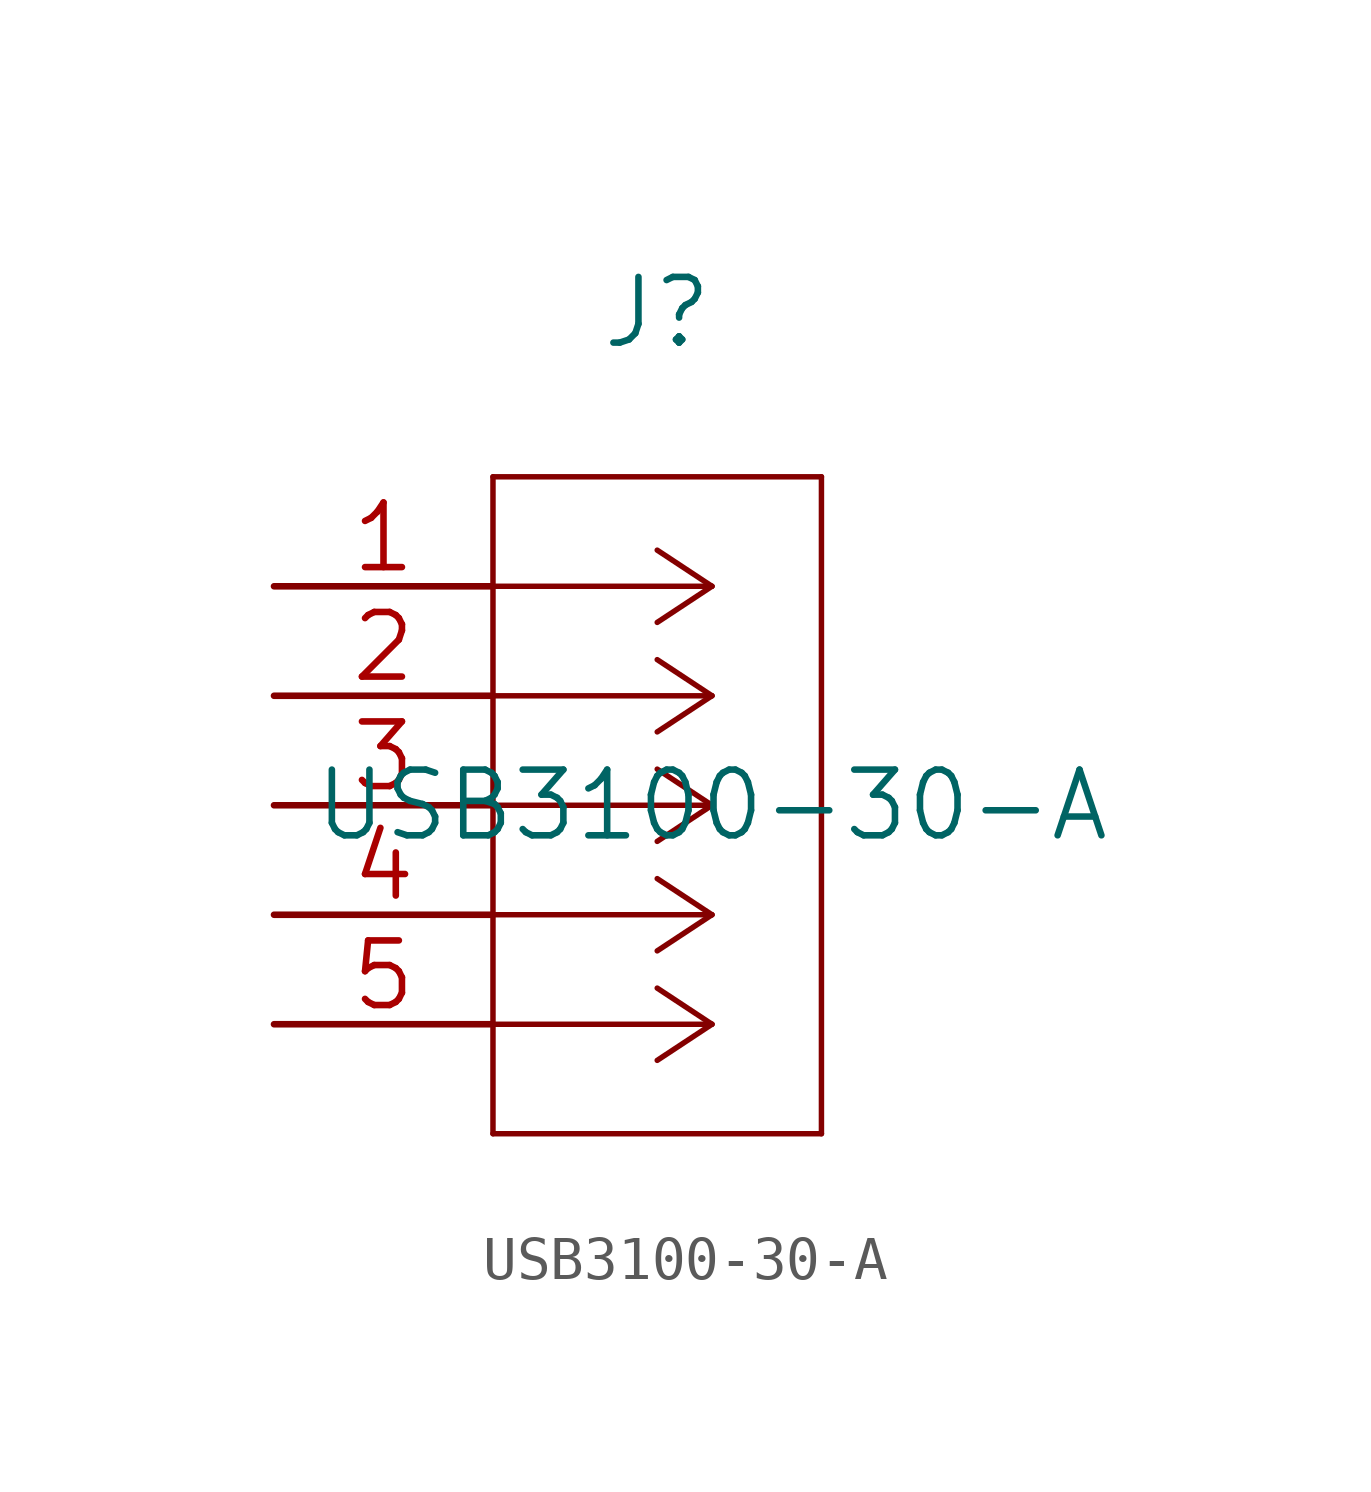
<source format=kicad_sym>
(kicad_symbol_lib
  (version 20211014)
  (generator kicad_symbol_editor)
  (symbol "USB3100-30-A"
    (pin_names
      (offset 0.254) hide)
    (property "Reference" "J"
      (at 8.89 6.35 0)
      (effects (font (size 1.524 1.524))))
    (property "Value" "USB3100-30-A"
      (at 10.16 -5.08 0)
      (effects (font (size 1.524 1.524))))
    (property "Datasheet" ""
      (at 0 0 0)
      (effects (font (size 1.524 1.524))))
    (property "ki_locked" ""
      (at 0 0 0)
      (effects (font (size 1.27 1.27))))
    (symbol "USB3100-30-A_1_1"
      (polyline (pts (xy 5.08 -12.7) (xy 12.7 -12.7)) (stroke (width 0.127) (type default) (color 0 0 0 0)) (fill (type none)))
      (polyline (pts (xy 5.08 2.54) (xy 5.08 -12.7)) (stroke (width 0.127) (type default) (color 0 0 0 0)) (fill (type none)))
      (polyline (pts (xy 10.16 -10.16) (xy 5.08 -10.16)) (stroke (width 0.127) (type default) (color 0 0 0 0)) (fill (type none)))
      (polyline (pts (xy 10.16 -10.16) (xy 8.89 -10.998)) (stroke (width 0.127) (type default) (color 0 0 0 0)) (fill (type none)))
      (polyline (pts (xy 10.16 -10.16) (xy 8.89 -9.322)) (stroke (width 0.127) (type default) (color 0 0 0 0)) (fill (type none)))
      (polyline (pts (xy 10.16 -7.62) (xy 5.08 -7.62)) (stroke (width 0.127) (type default) (color 0 0 0 0)) (fill (type none)))
      (polyline (pts (xy 10.16 -7.62) (xy 8.89 -8.458)) (stroke (width 0.127) (type default) (color 0 0 0 0)) (fill (type none)))
      (polyline (pts (xy 10.16 -7.62) (xy 8.89 -6.782)) (stroke (width 0.127) (type default) (color 0 0 0 0)) (fill (type none)))
      (polyline (pts (xy 10.16 -5.08) (xy 5.08 -5.08)) (stroke (width 0.127) (type default) (color 0 0 0 0)) (fill (type none)))
      (polyline (pts (xy 10.16 -5.08) (xy 8.89 -5.918)) (stroke (width 0.127) (type default) (color 0 0 0 0)) (fill (type none)))
      (polyline (pts (xy 10.16 -5.08) (xy 8.89 -4.242)) (stroke (width 0.127) (type default) (color 0 0 0 0)) (fill (type none)))
      (polyline (pts (xy 10.16 -2.54) (xy 5.08 -2.54)) (stroke (width 0.127) (type default) (color 0 0 0 0)) (fill (type none)))
      (polyline (pts (xy 10.16 -2.54) (xy 8.89 -3.378)) (stroke (width 0.127) (type default) (color 0 0 0 0)) (fill (type none)))
      (polyline (pts (xy 10.16 -2.54) (xy 8.89 -1.702)) (stroke (width 0.127) (type default) (color 0 0 0 0)) (fill (type none)))
      (polyline (pts (xy 10.16 0) (xy 5.08 0)) (stroke (width 0.127) (type default) (color 0 0 0 0)) (fill (type none)))
      (polyline (pts (xy 10.16 0) (xy 8.89 -0.838)) (stroke (width 0.127) (type default) (color 0 0 0 0)) (fill (type none)))
      (polyline (pts (xy 10.16 0) (xy 8.89 0.838)) (stroke (width 0.127) (type default) (color 0 0 0 0)) (fill (type none)))
      (polyline (pts (xy 12.7 -12.7) (xy 12.7 2.54)) (stroke (width 0.127) (type default) (color 0 0 0 0)) (fill (type none)))
      (polyline (pts (xy 12.7 2.54) (xy 5.08 2.54)) (stroke (width 0.127) (type default) (color 0 0 0 0)) (fill (type none)))
      (pin unspecified line (at 0 0 0) (length 5.08) (name "1" (effects (font (size 1.499 1.499)))) (number "1" (effects (font (size 1.499 1.499)))))
      (pin unspecified line (at 0 -2.54 0) (length 5.08) (name "2" (effects (font (size 1.499 1.499)))) (number "2" (effects (font (size 1.499 1.499)))))
      (pin unspecified line (at 0 -5.08 0) (length 5.08) (name "3" (effects (font (size 1.499 1.499)))) (number "3" (effects (font (size 1.499 1.499)))))
      (pin unspecified line (at 0 -7.62 0) (length 5.08) (name "4" (effects (font (size 1.499 1.499)))) (number "4" (effects (font (size 1.499 1.499)))))
      (pin unspecified line (at 0 -10.16 0) (length 5.08) (name "5" (effects (font (size 1.499 1.499)))) (number "5" (effects (font (size 1.499 1.499))))))))
</source>
